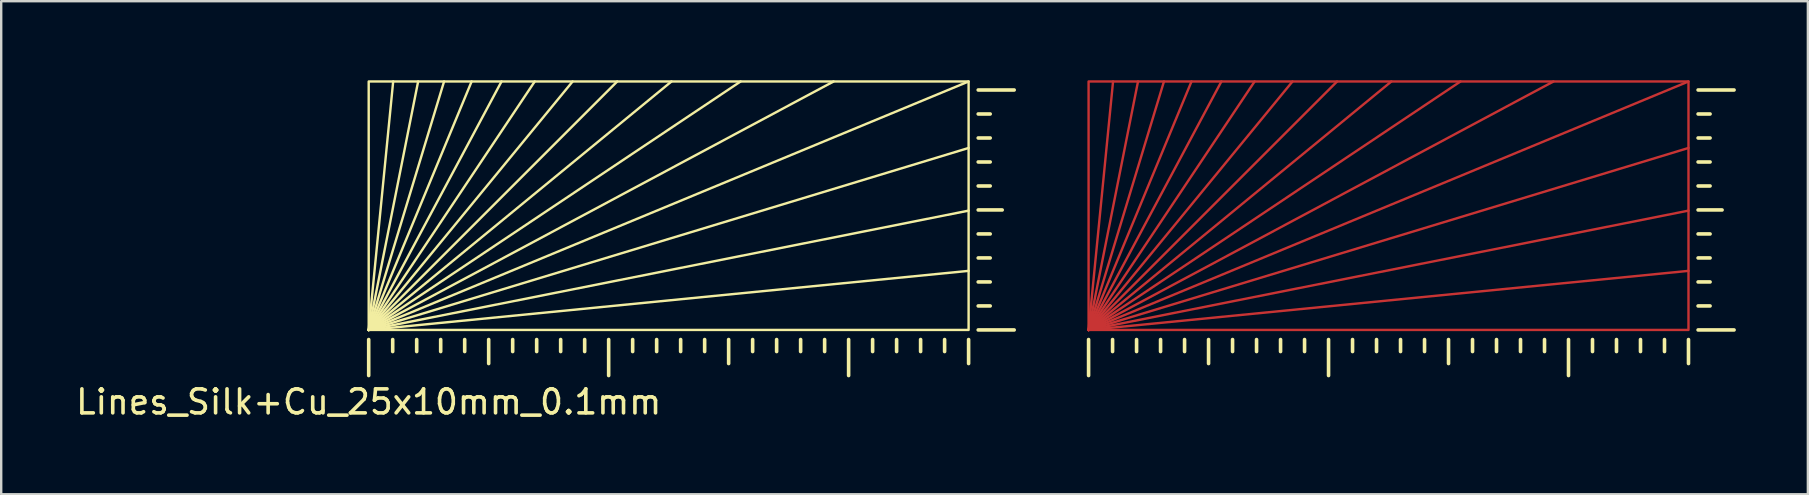
<source format=kicad_pcb>
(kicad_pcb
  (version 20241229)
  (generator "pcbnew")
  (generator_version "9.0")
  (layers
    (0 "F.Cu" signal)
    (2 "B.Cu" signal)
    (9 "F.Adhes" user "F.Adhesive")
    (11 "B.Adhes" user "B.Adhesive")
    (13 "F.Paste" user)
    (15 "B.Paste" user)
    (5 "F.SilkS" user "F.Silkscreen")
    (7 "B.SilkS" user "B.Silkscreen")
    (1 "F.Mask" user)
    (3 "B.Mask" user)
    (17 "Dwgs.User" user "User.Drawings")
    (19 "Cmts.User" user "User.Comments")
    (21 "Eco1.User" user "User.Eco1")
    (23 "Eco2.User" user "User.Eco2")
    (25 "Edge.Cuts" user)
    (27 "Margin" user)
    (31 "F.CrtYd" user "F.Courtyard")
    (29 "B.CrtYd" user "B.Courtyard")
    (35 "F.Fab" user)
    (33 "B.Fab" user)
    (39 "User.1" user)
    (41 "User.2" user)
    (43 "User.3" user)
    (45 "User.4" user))
  (footprint "Lines_Silk+Cu_25x10mm_0.1mm"
    (layer "F.Cu")
    (at 12.315 10.7)
    (property "Reference" "Lines_Silk+Cu_25x10mm_0.1mm" (at 0 3 0) (unlocked yes) (layer "F.SilkS") (effects (font (size 1 1) (thickness 0.15))))
    (fp_line (start 30 0) (end 31.02 -10.355) (stroke (width 0.1) (type default)) (layer "F.Cu"))
    (fp_line (start 30 0) (end 32.06 -10.355) (stroke (width 0.1) (type default)) (layer "F.Cu"))
    (fp_line (start 30 0) (end 33.141 -10.355) (stroke (width 0.1) (type default)) (layer "F.Cu"))
    (fp_line (start 30 0) (end 34.289 -10.355) (stroke (width 0.1) (type default)) (layer "F.Cu"))
    (fp_line (start 30 0) (end 35.535 -10.355) (stroke (width 0.1) (type default)) (layer "F.Cu"))
    (fp_line (start 30 0) (end 36.919 -10.355) (stroke (width 0.1) (type default)) (layer "F.Cu"))
    (fp_line (start 30 0) (end 38.498 -10.355) (stroke (width 0.1) (type default)) (layer "F.Cu"))
    (fp_line (start 30 0) (end 40.355 -10.355) (stroke (width 0.1) (type default)) (layer "F.Cu"))
    (fp_line (start 30 0) (end 42.618 -10.355) (stroke (width 0.1) (type default)) (layer "F.Cu"))
    (fp_line (start 30 0) (end 45.498 -10.355) (stroke (width 0.1) (type default)) (layer "F.Cu"))
    (fp_line (start 30 0) (end 49.373 -10.355) (stroke (width 0.1) (type default)) (layer "F.Cu"))
    (fp_line (start 30 0) (end 55 -10.355) (stroke (width 0.1) (type default)) (layer "F.Cu"))
    (fp_line (start 30 0) (end 55 -7.584) (stroke (width 0.1) (type default)) (layer "F.Cu"))
    (fp_line (start 30 0) (end 55 -4.973) (stroke (width 0.1) (type default)) (layer "F.Cu"))
    (fp_line (start 30 0) (end 55 -2.462) (stroke (width 0.1) (type default)) (layer "F.Cu"))
    (fp_rect (start 30 0) (end 55 -10.355) (stroke (width 0.1) (type default)) (fill no) (layer "F.Cu"))
    (fp_rect (start 29.7 -10.7) (end 55.3 0.3) (stroke (width 0) (type solid)) (fill yes) (layer "F.Mask"))
    (fp_line (start 0 0) (end 1.02 -10.355) (stroke (width 0.1) (type default)) (layer "F.SilkS"))
    (fp_line (start 0 0) (end 2.06 -10.355) (stroke (width 0.1) (type default)) (layer "F.SilkS"))
    (fp_line (start 0 0) (end 3.141 -10.355) (stroke (width 0.1) (type default)) (layer "F.SilkS"))
    (fp_line (start 0 0) (end 4.289 -10.355) (stroke (width 0.1) (type default)) (layer "F.SilkS"))
    (fp_line (start 0 0) (end 5.535 -10.355) (stroke (width 0.1) (type default)) (layer "F.SilkS"))
    (fp_line (start 0 0) (end 6.919 -10.355) (stroke (width 0.1) (type default)) (layer "F.SilkS"))
    (fp_line (start 0 0) (end 8.498 -10.355) (stroke (width 0.1) (type default)) (layer "F.SilkS"))
    (fp_line (start 0 0) (end 10.355 -10.355) (stroke (width 0.1) (type default)) (layer "F.SilkS"))
    (fp_line (start 0 0) (end 12.618 -10.355) (stroke (width 0.1) (type default)) (layer "F.SilkS"))
    (fp_line (start 0 0) (end 15.498 -10.355) (stroke (width 0.1) (type default)) (layer "F.SilkS"))
    (fp_line (start 0 0) (end 19.373 -10.355) (stroke (width 0.1) (type default)) (layer "F.SilkS"))
    (fp_line (start 0 0) (end 25 -10.355) (stroke (width 0.1) (type default)) (layer "F.SilkS"))
    (fp_line (start 0 0) (end 25 -7.584) (stroke (width 0.1) (type default)) (layer "F.SilkS"))
    (fp_line (start 0 0) (end 25 -4.973) (stroke (width 0.1) (type default)) (layer "F.SilkS"))
    (fp_line (start 0 0) (end 25 -2.462) (stroke (width 0.1) (type default)) (layer "F.SilkS"))
    (fp_line (start 0 1.9) (end 0 0.4) (stroke (width 0.15) (type default)) (layer "F.SilkS"))
    (fp_line (start 1 0.9) (end 1 0.4) (stroke (width 0.15) (type default)) (layer "F.SilkS"))
    (fp_line (start 2 0.9) (end 2 0.4) (stroke (width 0.15) (type default)) (layer "F.SilkS"))
    (fp_line (start 3 0.9) (end 3 0.4) (stroke (width 0.15) (type default)) (layer "F.SilkS"))
    (fp_line (start 4 0.9) (end 4 0.4) (stroke (width 0.15) (type default)) (layer "F.SilkS"))
    (fp_line (start 5 1.4) (end 5 0.4) (stroke (width 0.15) (type default)) (layer "F.SilkS"))
    (fp_line (start 6 0.9) (end 6 0.4) (stroke (width 0.15) (type default)) (layer "F.SilkS"))
    (fp_line (start 7 0.9) (end 7 0.4) (stroke (width 0.15) (type default)) (layer "F.SilkS"))
    (fp_line (start 8 0.9) (end 8 0.4) (stroke (width 0.15) (type default)) (layer "F.SilkS"))
    (fp_line (start 9 0.9) (end 9 0.4) (stroke (width 0.15) (type default)) (layer "F.SilkS"))
    (fp_line (start 10 1.9) (end 10 0.4) (stroke (width 0.15) (type default)) (layer "F.SilkS"))
    (fp_line (start 11 0.9) (end 11 0.4) (stroke (width 0.15) (type default)) (layer "F.SilkS"))
    (fp_line (start 12 0.9) (end 12 0.4) (stroke (width 0.15) (type default)) (layer "F.SilkS"))
    (fp_line (start 13 0.9) (end 13 0.4) (stroke (width 0.15) (type default)) (layer "F.SilkS"))
    (fp_line (start 14 0.9) (end 14 0.4) (stroke (width 0.15) (type default)) (layer "F.SilkS"))
    (fp_line (start 15 1.4) (end 15 0.4) (stroke (width 0.15) (type default)) (layer "F.SilkS"))
    (fp_line (start 16 0.9) (end 16 0.4) (stroke (width 0.15) (type default)) (layer "F.SilkS"))
    (fp_line (start 17 0.9) (end 17 0.4) (stroke (width 0.15) (type default)) (layer "F.SilkS"))
    (fp_line (start 18 0.9) (end 18 0.4) (stroke (width 0.15) (type default)) (layer "F.SilkS"))
    (fp_line (start 19 0.9) (end 19 0.4) (stroke (width 0.15) (type default)) (layer "F.SilkS"))
    (fp_line (start 20 1.9) (end 20 0.4) (stroke (width 0.15) (type default)) (layer "F.SilkS"))
    (fp_line (start 21 0.9) (end 21 0.4) (stroke (width 0.15) (type default)) (layer "F.SilkS"))
    (fp_line (start 22 0.9) (end 22 0.4) (stroke (width 0.15) (type default)) (layer "F.SilkS"))
    (fp_line (start 23 0.9) (end 23 0.4) (stroke (width 0.15) (type default)) (layer "F.SilkS"))
    (fp_line (start 24 0.9) (end 24 0.4) (stroke (width 0.15) (type default)) (layer "F.SilkS"))
    (fp_line (start 25 1.4) (end 25 0.4) (stroke (width 0.15) (type default)) (layer "F.SilkS"))
    (fp_line (start 25.9 -9) (end 25.4 -9) (stroke (width 0.15) (type default)) (layer "F.SilkS"))
    (fp_line (start 25.9 -8) (end 25.4 -8) (stroke (width 0.15) (type default)) (layer "F.SilkS"))
    (fp_line (start 25.9 -7) (end 25.4 -7) (stroke (width 0.15) (type default)) (layer "F.SilkS"))
    (fp_line (start 25.9 -6) (end 25.4 -6) (stroke (width 0.15) (type default)) (layer "F.SilkS"))
    (fp_line (start 25.9 -4) (end 25.4 -4) (stroke (width 0.15) (type default)) (layer "F.SilkS"))
    (fp_line (start 25.9 -3) (end 25.4 -3) (stroke (width 0.15) (type default)) (layer "F.SilkS"))
    (fp_line (start 25.9 -2) (end 25.4 -2) (stroke (width 0.15) (type default)) (layer "F.SilkS"))
    (fp_line (start 25.9 -1) (end 25.4 -1) (stroke (width 0.15) (type default)) (layer "F.SilkS"))
    (fp_line (start 26.4 -5) (end 25.4 -5) (stroke (width 0.15) (type default)) (layer "F.SilkS"))
    (fp_line (start 26.9 -10) (end 25.4 -10) (stroke (width 0.15) (type default)) (layer "F.SilkS"))
    (fp_line (start 26.9 0) (end 25.4 0) (stroke (width 0.15) (type default)) (layer "F.SilkS"))
    (fp_line (start 30 1.9) (end 30 0.4) (stroke (width 0.15) (type default)) (layer "F.SilkS"))
    (fp_line (start 31 0.9) (end 31 0.4) (stroke (width 0.15) (type default)) (layer "F.SilkS"))
    (fp_line (start 32 0.9) (end 32 0.4) (stroke (width 0.15) (type default)) (layer "F.SilkS"))
    (fp_line (start 33 0.9) (end 33 0.4) (stroke (width 0.15) (type default)) (layer "F.SilkS"))
    (fp_line (start 34 0.9) (end 34 0.4) (stroke (width 0.15) (type default)) (layer "F.SilkS"))
    (fp_line (start 35 1.4) (end 35 0.4) (stroke (width 0.15) (type default)) (layer "F.SilkS"))
    (fp_line (start 36 0.9) (end 36 0.4) (stroke (width 0.15) (type default)) (layer "F.SilkS"))
    (fp_line (start 37 0.9) (end 37 0.4) (stroke (width 0.15) (type default)) (layer "F.SilkS"))
    (fp_line (start 38 0.9) (end 38 0.4) (stroke (width 0.15) (type default)) (layer "F.SilkS"))
    (fp_line (start 39 0.9) (end 39 0.4) (stroke (width 0.15) (type default)) (layer "F.SilkS"))
    (fp_line (start 40 1.9) (end 40 0.4) (stroke (width 0.15) (type default)) (layer "F.SilkS"))
    (fp_line (start 41 0.9) (end 41 0.4) (stroke (width 0.15) (type default)) (layer "F.SilkS"))
    (fp_line (start 42 0.9) (end 42 0.4) (stroke (width 0.15) (type default)) (layer "F.SilkS"))
    (fp_line (start 43 0.9) (end 43 0.4) (stroke (width 0.15) (type default)) (layer "F.SilkS"))
    (fp_line (start 44 0.9) (end 44 0.4) (stroke (width 0.15) (type default)) (layer "F.SilkS"))
    (fp_line (start 45 1.4) (end 45 0.4) (stroke (width 0.15) (type default)) (layer "F.SilkS"))
    (fp_line (start 46 0.9) (end 46 0.4) (stroke (width 0.15) (type default)) (layer "F.SilkS"))
    (fp_line (start 47 0.9) (end 47 0.4) (stroke (width 0.15) (type default)) (layer "F.SilkS"))
    (fp_line (start 48 0.9) (end 48 0.4) (stroke (width 0.15) (type default)) (layer "F.SilkS"))
    (fp_line (start 49 0.9) (end 49 0.4) (stroke (width 0.15) (type default)) (layer "F.SilkS"))
    (fp_line (start 50 1.9) (end 50 0.4) (stroke (width 0.15) (type default)) (layer "F.SilkS"))
    (fp_line (start 51 0.9) (end 51 0.4) (stroke (width 0.15) (type default)) (layer "F.SilkS"))
    (fp_line (start 52 0.9) (end 52 0.4) (stroke (width 0.15) (type default)) (layer "F.SilkS"))
    (fp_line (start 53 0.9) (end 53 0.4) (stroke (width 0.15) (type default)) (layer "F.SilkS"))
    (fp_line (start 54 0.9) (end 54 0.4) (stroke (width 0.15) (type default)) (layer "F.SilkS"))
    (fp_line (start 55 1.4) (end 55 0.4) (stroke (width 0.15) (type default)) (layer "F.SilkS"))
    (fp_line (start 55.9 -9) (end 55.4 -9) (stroke (width 0.15) (type default)) (layer "F.SilkS"))
    (fp_line (start 55.9 -8) (end 55.4 -8) (stroke (width 0.15) (type default)) (layer "F.SilkS"))
    (fp_line (start 55.9 -7) (end 55.4 -7) (stroke (width 0.15) (type default)) (layer "F.SilkS"))
    (fp_line (start 55.9 -6) (end 55.4 -6) (stroke (width 0.15) (type default)) (layer "F.SilkS"))
    (fp_line (start 55.9 -4) (end 55.4 -4) (stroke (width 0.15) (type default)) (layer "F.SilkS"))
    (fp_line (start 55.9 -3) (end 55.4 -3) (stroke (width 0.15) (type default)) (layer "F.SilkS"))
    (fp_line (start 55.9 -2) (end 55.4 -2) (stroke (width 0.15) (type default)) (layer "F.SilkS"))
    (fp_line (start 55.9 -1) (end 55.4 -1) (stroke (width 0.15) (type default)) (layer "F.SilkS"))
    (fp_line (start 56.4 -5) (end 55.4 -5) (stroke (width 0.15) (type default)) (layer "F.SilkS"))
    (fp_line (start 56.9 -10) (end 55.4 -10) (stroke (width 0.15) (type default)) (layer "F.SilkS"))
    (fp_line (start 56.9 0) (end 55.4 0) (stroke (width 0.15) (type default)) (layer "F.SilkS"))
    (fp_rect (start 0 0) (end 25 -10.355) (stroke (width 0.1) (type default)) (fill no) (layer "F.SilkS")))
  (gr_rect
    (start -3 -3)
    (end 72.29 17.548)
    (stroke (width 0.1) (type default))
    (fill no)
    (layer "Edge.Cuts")))
</source>
